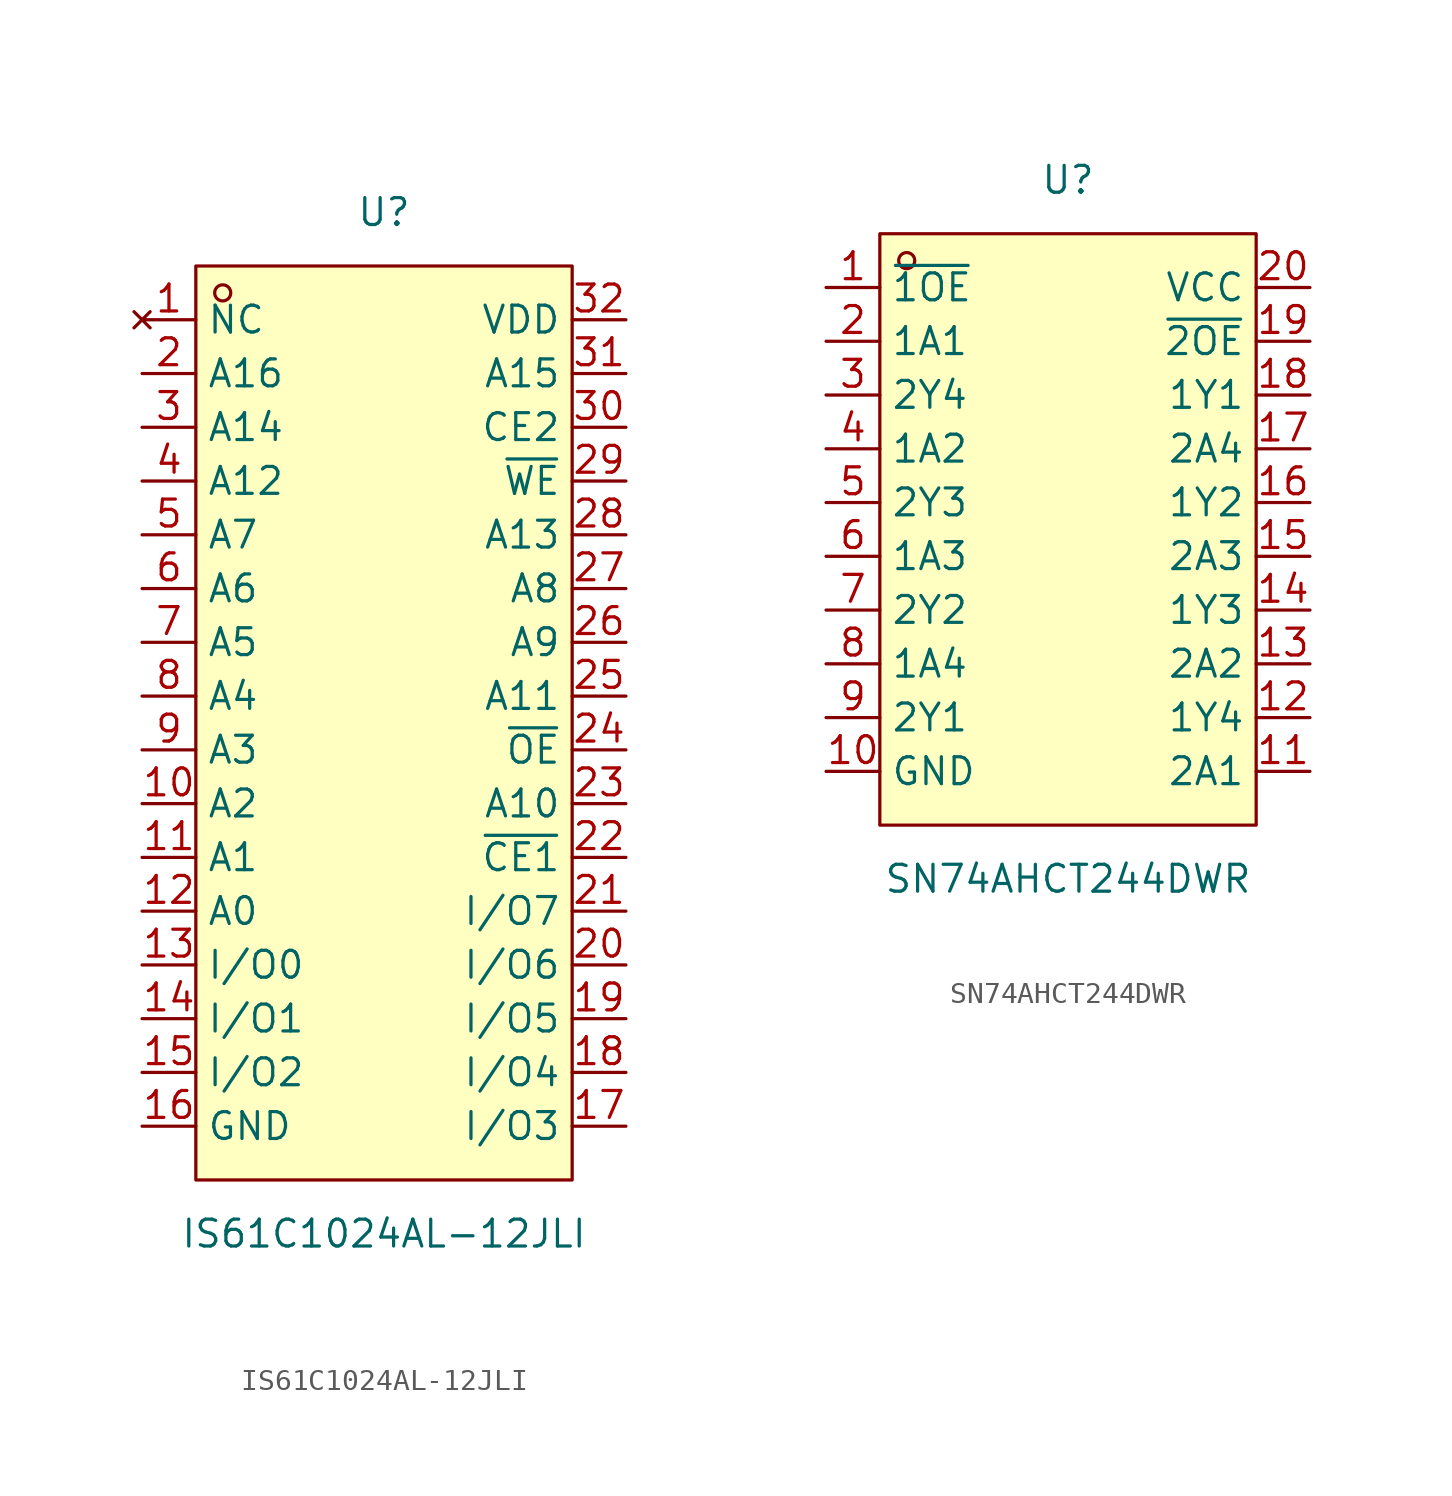
<source format=kicad_sym>
(kicad_symbol_lib
  (version 20231120)
  (generator "kicad_symbol_editor")
  (generator_version "8.0")
  (symbol "IS61C1024AL-12JLI"
    (property "Reference" "U"
      (at 0 24.13 0)
      (effects (font (size 1.27 1.27))))
    (property "Value" "IS61C1024AL-12JLI"
      (at 0 -24.13 0)
      (effects (font (size 1.27 1.27))))
    (symbol "IS61C1024AL-12JLI_0_1"
      (rectangle (start -8.89 21.59) (end 8.89 -21.59) (stroke (width 0) (type default)) (fill (type background)))
      (circle (center -7.62 20.32) (radius 0.38) (stroke (width 0) (type default)) (fill (type none))))
    (symbol "IS61C1024AL-12JLI_1_1"
      (pin no_connect line (at -11.43 19.05 0) (length 2.54) (name "NC" (effects (font (size 1.27 1.27)))) (number "1" (effects (font (size 1.27 1.27)))))
      (pin input line (at -11.43 -3.81 0) (length 2.54) (name "A2" (effects (font (size 1.27 1.27)))) (number "10" (effects (font (size 1.27 1.27)))))
      (pin input line (at -11.43 -6.35 0) (length 2.54) (name "A1" (effects (font (size 1.27 1.27)))) (number "11" (effects (font (size 1.27 1.27)))))
      (pin input line (at -11.43 -8.89 0) (length 2.54) (name "A0" (effects (font (size 1.27 1.27)))) (number "12" (effects (font (size 1.27 1.27)))))
      (pin tri_state line (at -11.43 -11.43 0) (length 2.54) (name "I/O0" (effects (font (size 1.27 1.27)))) (number "13" (effects (font (size 1.27 1.27)))))
      (pin tri_state line (at -11.43 -13.97 0) (length 2.54) (name "I/O1" (effects (font (size 1.27 1.27)))) (number "14" (effects (font (size 1.27 1.27)))))
      (pin tri_state line (at -11.43 -16.51 0) (length 2.54) (name "I/O2" (effects (font (size 1.27 1.27)))) (number "15" (effects (font (size 1.27 1.27)))))
      (pin power_in line (at -11.43 -19.05 0) (length 2.54) (name "GND" (effects (font (size 1.27 1.27)))) (number "16" (effects (font (size 1.27 1.27)))))
      (pin tri_state line (at 11.43 -19.05 180) (length 2.54) (name "I/O3" (effects (font (size 1.27 1.27)))) (number "17" (effects (font (size 1.27 1.27)))))
      (pin tri_state line (at 11.43 -16.51 180) (length 2.54) (name "I/O4" (effects (font (size 1.27 1.27)))) (number "18" (effects (font (size 1.27 1.27)))))
      (pin tri_state line (at 11.43 -13.97 180) (length 2.54) (name "I/O5" (effects (font (size 1.27 1.27)))) (number "19" (effects (font (size 1.27 1.27)))))
      (pin input line (at -11.43 16.51 0) (length 2.54) (name "A16" (effects (font (size 1.27 1.27)))) (number "2" (effects (font (size 1.27 1.27)))))
      (pin tri_state line (at 11.43 -11.43 180) (length 2.54) (name "I/O6" (effects (font (size 1.27 1.27)))) (number "20" (effects (font (size 1.27 1.27)))))
      (pin tri_state line (at 11.43 -8.89 180) (length 2.54) (name "I/O7" (effects (font (size 1.27 1.27)))) (number "21" (effects (font (size 1.27 1.27)))))
      (pin input line (at 11.43 -6.35 180) (length 2.54) (name "~{CE1}" (effects (font (size 1.27 1.27)))) (number "22" (effects (font (size 1.27 1.27)))))
      (pin input line (at 11.43 -3.81 180) (length 2.54) (name "A10" (effects (font (size 1.27 1.27)))) (number "23" (effects (font (size 1.27 1.27)))))
      (pin input line (at 11.43 -1.27 180) (length 2.54) (name "~{OE}" (effects (font (size 1.27 1.27)))) (number "24" (effects (font (size 1.27 1.27)))))
      (pin input line (at 11.43 1.27 180) (length 2.54) (name "A11" (effects (font (size 1.27 1.27)))) (number "25" (effects (font (size 1.27 1.27)))))
      (pin input line (at 11.43 3.81 180) (length 2.54) (name "A9" (effects (font (size 1.27 1.27)))) (number "26" (effects (font (size 1.27 1.27)))))
      (pin input line (at 11.43 6.35 180) (length 2.54) (name "A8" (effects (font (size 1.27 1.27)))) (number "27" (effects (font (size 1.27 1.27)))))
      (pin input line (at 11.43 8.89 180) (length 2.54) (name "A13" (effects (font (size 1.27 1.27)))) (number "28" (effects (font (size 1.27 1.27)))))
      (pin input line (at 11.43 11.43 180) (length 2.54) (name "~{WE}" (effects (font (size 1.27 1.27)))) (number "29" (effects (font (size 1.27 1.27)))))
      (pin input line (at -11.43 13.97 0) (length 2.54) (name "A14" (effects (font (size 1.27 1.27)))) (number "3" (effects (font (size 1.27 1.27)))))
      (pin input line (at 11.43 13.97 180) (length 2.54) (name "CE2" (effects (font (size 1.27 1.27)))) (number "30" (effects (font (size 1.27 1.27)))))
      (pin input line (at 11.43 16.51 180) (length 2.54) (name "A15" (effects (font (size 1.27 1.27)))) (number "31" (effects (font (size 1.27 1.27)))))
      (pin power_in line (at 11.43 19.05 180) (length 2.54) (name "VDD" (effects (font (size 1.27 1.27)))) (number "32" (effects (font (size 1.27 1.27)))))
      (pin input line (at -11.43 11.43 0) (length 2.54) (name "A12" (effects (font (size 1.27 1.27)))) (number "4" (effects (font (size 1.27 1.27)))))
      (pin input line (at -11.43 8.89 0) (length 2.54) (name "A7" (effects (font (size 1.27 1.27)))) (number "5" (effects (font (size 1.27 1.27)))))
      (pin input line (at -11.43 6.35 0) (length 2.54) (name "A6" (effects (font (size 1.27 1.27)))) (number "6" (effects (font (size 1.27 1.27)))))
      (pin input line (at -11.43 3.81 0) (length 2.54) (name "A5" (effects (font (size 1.27 1.27)))) (number "7" (effects (font (size 1.27 1.27)))))
      (pin input line (at -11.43 1.27 0) (length 2.54) (name "A4" (effects (font (size 1.27 1.27)))) (number "8" (effects (font (size 1.27 1.27)))))
      (pin input line (at -11.43 -1.27 0) (length 2.54) (name "A3" (effects (font (size 1.27 1.27)))) (number "9" (effects (font (size 1.27 1.27)))))))
  (symbol "SN74AHCT244DWR"
    (property "Reference" "U"
      (at 0 16.51 0)
      (effects (font (size 1.27 1.27))))
    (property "Value" "SN74AHCT244DWR"
      (at 0 -16.51 0)
      (effects (font (size 1.27 1.27))))
    (symbol "SN74AHCT244DWR_0_1"
      (rectangle (start -8.89 13.97) (end 8.89 -13.97) (stroke (width 0) (type default)) (fill (type background)))
      (circle (center -7.62 12.7) (radius 0.38) (stroke (width 0) (type default)) (fill (type none))))
    (symbol "SN74AHCT244DWR_1_1"
      (pin input line (at -11.43 11.43 0) (length 2.54) (name "~{1OE}" (effects (font (size 1.27 1.27)))) (number "1" (effects (font (size 1.27 1.27)))))
      (pin power_in line (at -11.43 -11.43 0) (length 2.54) (name "GND" (effects (font (size 1.27 1.27)))) (number "10" (effects (font (size 1.27 1.27)))))
      (pin input line (at 11.43 -11.43 180) (length 2.54) (name "2A1" (effects (font (size 1.27 1.27)))) (number "11" (effects (font (size 1.27 1.27)))))
      (pin tri_state line (at 11.43 -8.89 180) (length 2.54) (name "1Y4" (effects (font (size 1.27 1.27)))) (number "12" (effects (font (size 1.27 1.27)))))
      (pin input line (at 11.43 -6.35 180) (length 2.54) (name "2A2" (effects (font (size 1.27 1.27)))) (number "13" (effects (font (size 1.27 1.27)))))
      (pin tri_state line (at 11.43 -3.81 180) (length 2.54) (name "1Y3" (effects (font (size 1.27 1.27)))) (number "14" (effects (font (size 1.27 1.27)))))
      (pin input line (at 11.43 -1.27 180) (length 2.54) (name "2A3" (effects (font (size 1.27 1.27)))) (number "15" (effects (font (size 1.27 1.27)))))
      (pin tri_state line (at 11.43 1.27 180) (length 2.54) (name "1Y2" (effects (font (size 1.27 1.27)))) (number "16" (effects (font (size 1.27 1.27)))))
      (pin input line (at 11.43 3.81 180) (length 2.54) (name "2A4" (effects (font (size 1.27 1.27)))) (number "17" (effects (font (size 1.27 1.27)))))
      (pin tri_state line (at 11.43 6.35 180) (length 2.54) (name "1Y1" (effects (font (size 1.27 1.27)))) (number "18" (effects (font (size 1.27 1.27)))))
      (pin input line (at 11.43 8.89 180) (length 2.54) (name "~{2OE}" (effects (font (size 1.27 1.27)))) (number "19" (effects (font (size 1.27 1.27)))))
      (pin input line (at -11.43 8.89 0) (length 2.54) (name "1A1" (effects (font (size 1.27 1.27)))) (number "2" (effects (font (size 1.27 1.27)))))
      (pin power_in line (at 11.43 11.43 180) (length 2.54) (name "VCC" (effects (font (size 1.27 1.27)))) (number "20" (effects (font (size 1.27 1.27)))))
      (pin tri_state line (at -11.43 6.35 0) (length 2.54) (name "2Y4" (effects (font (size 1.27 1.27)))) (number "3" (effects (font (size 1.27 1.27)))))
      (pin input line (at -11.43 3.81 0) (length 2.54) (name "1A2" (effects (font (size 1.27 1.27)))) (number "4" (effects (font (size 1.27 1.27)))))
      (pin tri_state line (at -11.43 1.27 0) (length 2.54) (name "2Y3" (effects (font (size 1.27 1.27)))) (number "5" (effects (font (size 1.27 1.27)))))
      (pin input line (at -11.43 -1.27 0) (length 2.54) (name "1A3" (effects (font (size 1.27 1.27)))) (number "6" (effects (font (size 1.27 1.27)))))
      (pin tri_state line (at -11.43 -3.81 0) (length 2.54) (name "2Y2" (effects (font (size 1.27 1.27)))) (number "7" (effects (font (size 1.27 1.27)))))
      (pin input line (at -11.43 -6.35 0) (length 2.54) (name "1A4" (effects (font (size 1.27 1.27)))) (number "8" (effects (font (size 1.27 1.27)))))
      (pin tri_state line (at -11.43 -8.89 0) (length 2.54) (name "2Y1" (effects (font (size 1.27 1.27)))) (number "9" (effects (font (size 1.27 1.27))))))))
</source>
